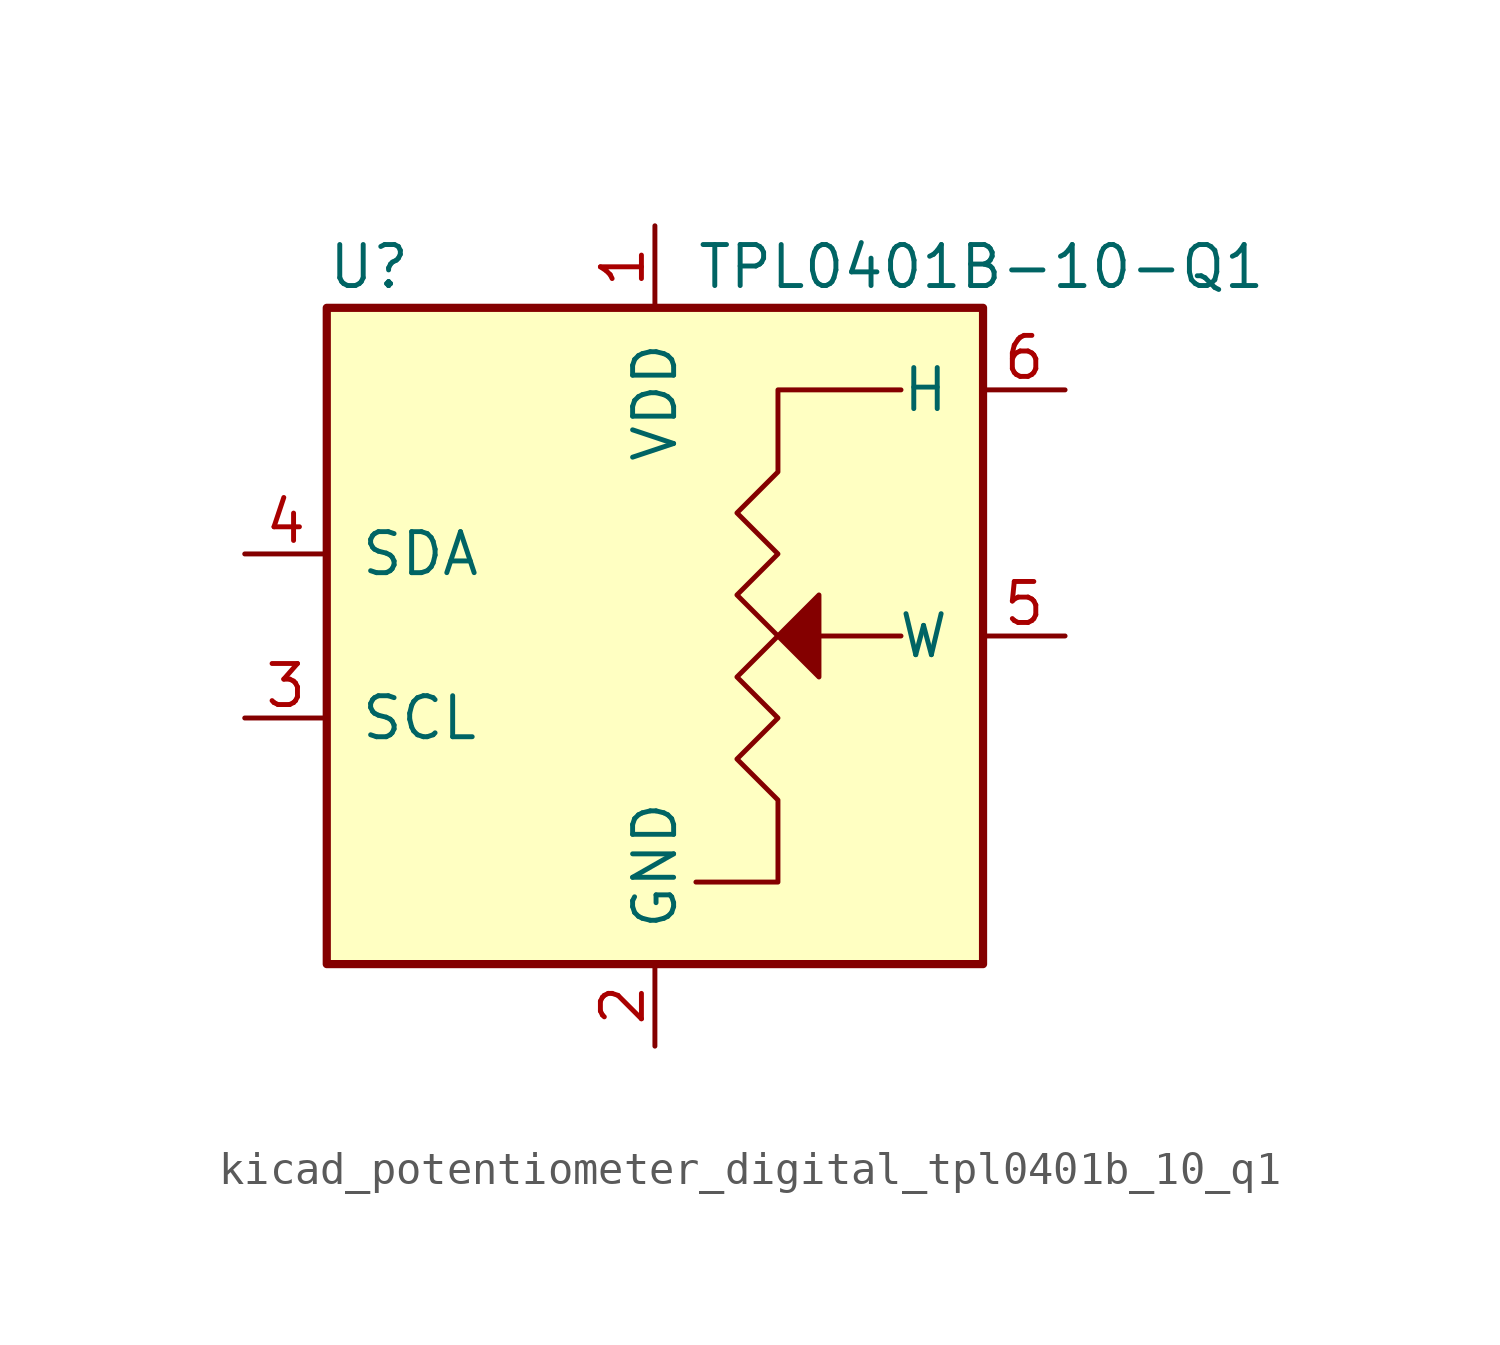
<source format=kicad_sym>
(kicad_symbol_lib
  (version 20220914)
  (generator kicad_symbol_editor)
  (symbol "kicad_potentiometer_digital_tpl0401b_10_q1"
    (pin_names
      (offset 1.016))
    (property "Reference" "U"
      (at -10.16 11.43 0)
      (effects (font (size 1.27 1.27)) (justify left)))
    (property "Value" "TPL0401B-10-Q1"
      (at 1.27 11.43 0)
      (effects (font (size 1.27 1.27)) (justify left)))
    (symbol "kicad_potentiometer_digital_tpl0401b_10_q1_0_1"
      (polyline (pts (xy 7.62 0) (xy 5.08 0)) (stroke (width 0) (type default)) (fill (type none)))
      (polyline (pts (xy 5.08 -1.27) (xy 5.08 1.27) (xy 3.81 0) (xy 5.08 -1.27) (xy 5.08 -1.27)) (stroke (width 0) (type default)) (fill (type outline)))
      (polyline (pts (xy 7.62 7.62) (xy 3.81 7.62) (xy 3.81 5.08) (xy 2.54 3.81) (xy 3.81 2.54) (xy 2.54 1.27) (xy 3.81 0) (xy 2.54 -1.27) (xy 3.81 -2.54) (xy 2.54 -3.81) (xy 3.81 -5.08) (xy 3.81 -7.62) (xy 1.27 -7.62)) (stroke (width 0) (type default)) (fill (type none))))
    (symbol "kicad_potentiometer_digital_tpl0401b_10_q1_1_1"
      (rectangle (start -10.16 10.16) (end 10.16 -10.16) (stroke (width 0.254) (type default)) (fill (type background)))
      (pin power_in line (at 0 12.7 270) (length 2.54) (name "VDD" (effects (font (size 1.27 1.27)))) (number "1" (effects (font (size 1.27 1.27)))))
      (pin power_in line (at 0 -12.7 90) (length 2.54) (name "GND" (effects (font (size 1.27 1.27)))) (number "2" (effects (font (size 1.27 1.27)))))
      (pin input line (at -12.7 -2.54 0) (length 2.54) (name "SCL" (effects (font (size 1.27 1.27)))) (number "3" (effects (font (size 1.27 1.27)))))
      (pin bidirectional line (at -12.7 2.54 0) (length 2.54) (name "SDA" (effects (font (size 1.27 1.27)))) (number "4" (effects (font (size 1.27 1.27)))))
      (pin passive line (at 12.7 0 180) (length 2.54) (name "W" (effects (font (size 1.27 1.27)))) (number "5" (effects (font (size 1.27 1.27)))))
      (pin passive line (at 12.7 7.62 180) (length 2.54) (name "H" (effects (font (size 1.27 1.27)))) (number "6" (effects (font (size 1.27 1.27))))))))
</source>
